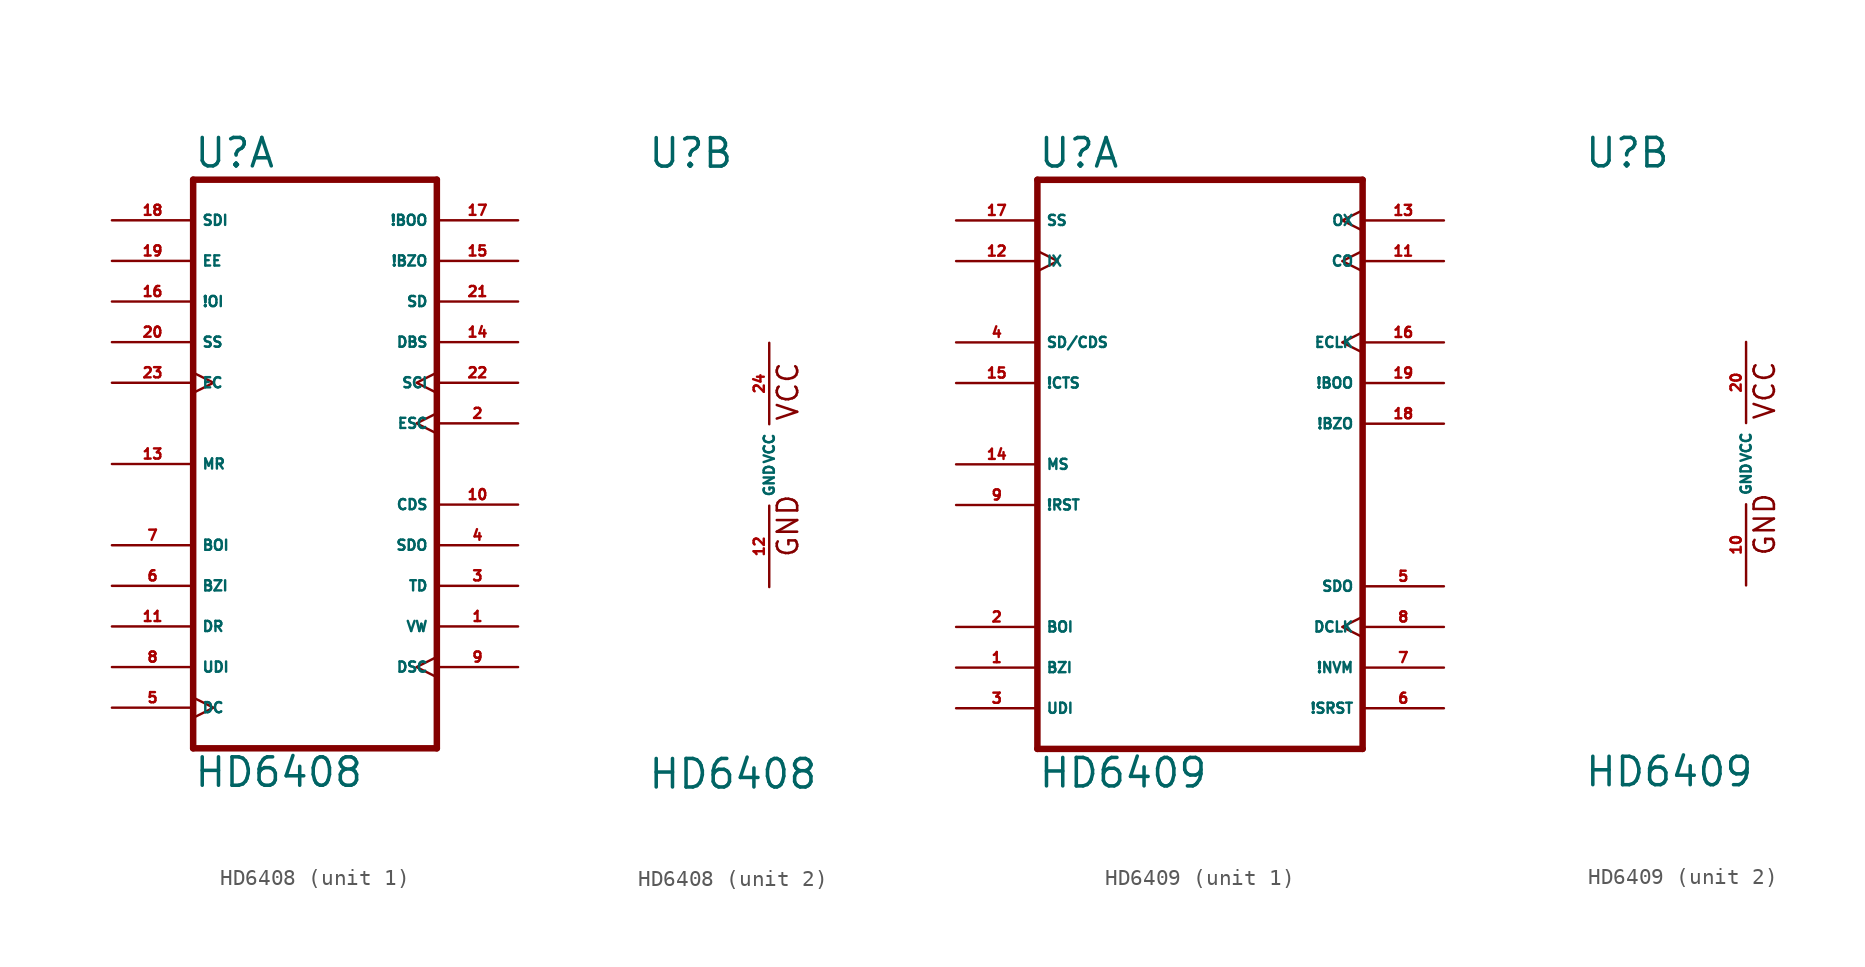
<source format=kicad_sym>
(kicad_symbol_lib
  (version 20220914)
  (generator Eagle2Kicad)
  (symbol "HD6408"
    (property "Reference" "U"
      (at -7.62 18.415 0)
      (effects (font (size 1.778 1.778) (thickness 0.22)) (justify left bottom)))
    (property "Value" "HD6408"
      (at -7.62 -20.32 0)
      (effects (font (size 1.778 1.778) (thickness 0.22)) (justify left bottom)))
    (symbol "HD6408_1_0"
      (polyline (pts (xy -7.62 -17.78) (xy 7.62 -17.78)) (stroke (width 0.406) (type default)) (fill (type none)))
      (polyline (pts (xy 7.62 -17.78) (xy 7.62 17.78)) (stroke (width 0.406) (type default)) (fill (type none)))
      (polyline (pts (xy 7.62 17.78) (xy -7.62 17.78)) (stroke (width 0.406) (type default)) (fill (type none)))
      (polyline (pts (xy -7.62 17.78) (xy -7.62 -17.78)) (stroke (width 0.406) (type default)) (fill (type none)))
      (pin output line (at 12.7 -10.16 180) (length 5.08) (name "VW" (effects (font (size 0.635 0.635) (thickness 0.08)) (justify left bottom))) (number "1" (effects (font (size 0.635 0.635) (thickness 0.08)) (justify left bottom))))
      (pin output clock (at 12.7 2.54 180) (length 5.08) (name "ESC" (effects (font (size 0.635 0.635) (thickness 0.08)) (justify left bottom))) (number "2" (effects (font (size 0.635 0.635) (thickness 0.08)) (justify left bottom))))
      (pin output line (at 12.7 -7.62 180) (length 5.08) (name "TD" (effects (font (size 0.635 0.635) (thickness 0.08)) (justify left bottom))) (number "3" (effects (font (size 0.635 0.635) (thickness 0.08)) (justify left bottom))))
      (pin output line (at 12.7 -5.08 180) (length 5.08) (name "SDO" (effects (font (size 0.635 0.635) (thickness 0.08)) (justify left bottom))) (number "4" (effects (font (size 0.635 0.635) (thickness 0.08)) (justify left bottom))))
      (pin input clock (at -12.7 -15.24 0) (length 5.08) (name "DC" (effects (font (size 0.635 0.635) (thickness 0.08)) (justify left bottom))) (number "5" (effects (font (size 0.635 0.635) (thickness 0.08)) (justify left bottom))))
      (pin input line (at -12.7 -7.62 0) (length 5.08) (name "BZI" (effects (font (size 0.635 0.635) (thickness 0.08)) (justify left bottom))) (number "6" (effects (font (size 0.635 0.635) (thickness 0.08)) (justify left bottom))))
      (pin input line (at -12.7 -5.08 0) (length 5.08) (name "BOI" (effects (font (size 0.635 0.635) (thickness 0.08)) (justify left bottom))) (number "7" (effects (font (size 0.635 0.635) (thickness 0.08)) (justify left bottom))))
      (pin input line (at -12.7 -12.7 0) (length 5.08) (name "UDI" (effects (font (size 0.635 0.635) (thickness 0.08)) (justify left bottom))) (number "8" (effects (font (size 0.635 0.635) (thickness 0.08)) (justify left bottom))))
      (pin output clock (at 12.7 -12.7 180) (length 5.08) (name "DSC" (effects (font (size 0.635 0.635) (thickness 0.08)) (justify left bottom))) (number "9" (effects (font (size 0.635 0.635) (thickness 0.08)) (justify left bottom))))
      (pin output line (at 12.7 -2.54 180) (length 5.08) (name "CDS" (effects (font (size 0.635 0.635) (thickness 0.08)) (justify left bottom))) (number "10" (effects (font (size 0.635 0.635) (thickness 0.08)) (justify left bottom))))
      (pin input line (at -12.7 -10.16 0) (length 5.08) (name "DR" (effects (font (size 0.635 0.635) (thickness 0.08)) (justify left bottom))) (number "11" (effects (font (size 0.635 0.635) (thickness 0.08)) (justify left bottom))))
      (pin input line (at -12.7 0 0) (length 5.08) (name "MR" (effects (font (size 0.635 0.635) (thickness 0.08)) (justify left bottom))) (number "13" (effects (font (size 0.635 0.635) (thickness 0.08)) (justify left bottom))))
      (pin output line (at 12.7 7.62 180) (length 5.08) (name "DBS" (effects (font (size 0.635 0.635) (thickness 0.08)) (justify left bottom))) (number "14" (effects (font (size 0.635 0.635) (thickness 0.08)) (justify left bottom))))
      (pin tri_state line (at 12.7 12.7 180) (length 5.08) (name "!BZO" (effects (font (size 0.635 0.635) (thickness 0.08)) (justify left bottom))) (number "15" (effects (font (size 0.635 0.635) (thickness 0.08)) (justify left bottom))))
      (pin input line (at -12.7 10.16 0) (length 5.08) (name "!OI" (effects (font (size 0.635 0.635) (thickness 0.08)) (justify left bottom))) (number "16" (effects (font (size 0.635 0.635) (thickness 0.08)) (justify left bottom))))
      (pin tri_state line (at 12.7 15.24 180) (length 5.08) (name "!BOO" (effects (font (size 0.635 0.635) (thickness 0.08)) (justify left bottom))) (number "17" (effects (font (size 0.635 0.635) (thickness 0.08)) (justify left bottom))))
      (pin input line (at -12.7 15.24 0) (length 5.08) (name "SDI" (effects (font (size 0.635 0.635) (thickness 0.08)) (justify left bottom))) (number "18" (effects (font (size 0.635 0.635) (thickness 0.08)) (justify left bottom))))
      (pin input line (at -12.7 12.7 0) (length 5.08) (name "EE" (effects (font (size 0.635 0.635) (thickness 0.08)) (justify left bottom))) (number "19" (effects (font (size 0.635 0.635) (thickness 0.08)) (justify left bottom))))
      (pin input line (at -12.7 7.62 0) (length 5.08) (name "SS" (effects (font (size 0.635 0.635) (thickness 0.08)) (justify left bottom))) (number "20" (effects (font (size 0.635 0.635) (thickness 0.08)) (justify left bottom))))
      (pin output line (at 12.7 10.16 180) (length 5.08) (name "SD" (effects (font (size 0.635 0.635) (thickness 0.08)) (justify left bottom))) (number "21" (effects (font (size 0.635 0.635) (thickness 0.08)) (justify left bottom))))
      (pin output clock (at 12.7 5.08 180) (length 5.08) (name "SCI" (effects (font (size 0.635 0.635) (thickness 0.08)) (justify left bottom))) (number "22" (effects (font (size 0.635 0.635) (thickness 0.08)) (justify left bottom))))
      (pin input clock (at -12.7 5.08 0) (length 5.08) (name "EC" (effects (font (size 0.635 0.635) (thickness 0.08)) (justify left bottom))) (number "23" (effects (font (size 0.635 0.635) (thickness 0.08)) (justify left bottom)))))
    (symbol "HD6408_2_0"
      (text "GND" (at 1.905 -5.842 900) (effects (font (size 1.27 1.27) (thickness 0.16)) (justify left bottom)))
      (text "VCC" (at 1.905 2.667 900) (effects (font (size 1.27 1.27) (thickness 0.16)) (justify left bottom)))
      (pin unspecified line (at 0 -7.62 90) (length 5.08) (name "GND" (effects (font (size 0.635 0.635) (thickness 0.08)) (justify left bottom))) (number "12" (effects (font (size 0.635 0.635) (thickness 0.08)) (justify left bottom))))
      (pin unspecified line (at 0 7.62 270) (length 5.08) (name "VCC" (effects (font (size 0.635 0.635) (thickness 0.08)) (justify left bottom))) (number "24" (effects (font (size 0.635 0.635) (thickness 0.08)) (justify left bottom))))))
  (symbol "HD6409"
    (property "Reference" "U"
      (at -10.16 18.415 0)
      (effects (font (size 1.778 1.778) (thickness 0.22)) (justify left bottom)))
    (property "Value" "HD6409"
      (at -10.16 -20.32 0)
      (effects (font (size 1.778 1.778) (thickness 0.22)) (justify left bottom)))
    (symbol "HD6409_1_0"
      (polyline (pts (xy -10.16 -17.78) (xy 10.16 -17.78)) (stroke (width 0.406) (type default)) (fill (type none)))
      (polyline (pts (xy 10.16 -17.78) (xy 10.16 17.78)) (stroke (width 0.406) (type default)) (fill (type none)))
      (polyline (pts (xy 10.16 17.78) (xy -10.16 17.78)) (stroke (width 0.406) (type default)) (fill (type none)))
      (polyline (pts (xy -10.16 17.78) (xy -10.16 -17.78)) (stroke (width 0.406) (type default)) (fill (type none)))
      (pin input line (at -15.24 -12.7 0) (length 5.08) (name "BZI" (effects (font (size 0.635 0.635) (thickness 0.08)) (justify left bottom))) (number "1" (effects (font (size 0.635 0.635) (thickness 0.08)) (justify left bottom))))
      (pin input line (at -15.24 -10.16 0) (length 5.08) (name "BOI" (effects (font (size 0.635 0.635) (thickness 0.08)) (justify left bottom))) (number "2" (effects (font (size 0.635 0.635) (thickness 0.08)) (justify left bottom))))
      (pin input line (at -15.24 -15.24 0) (length 5.08) (name "UDI" (effects (font (size 0.635 0.635) (thickness 0.08)) (justify left bottom))) (number "3" (effects (font (size 0.635 0.635) (thickness 0.08)) (justify left bottom))))
      (pin bidirectional line (at -15.24 7.62 0) (length 5.08) (name "SD/CDS" (effects (font (size 0.635 0.635) (thickness 0.08)) (justify left bottom))) (number "4" (effects (font (size 0.635 0.635) (thickness 0.08)) (justify left bottom))))
      (pin output line (at 15.24 -7.62 180) (length 5.08) (name "SDO" (effects (font (size 0.635 0.635) (thickness 0.08)) (justify left bottom))) (number "5" (effects (font (size 0.635 0.635) (thickness 0.08)) (justify left bottom))))
      (pin output line (at 15.24 -15.24 180) (length 5.08) (name "!SRST" (effects (font (size 0.635 0.635) (thickness 0.08)) (justify left bottom))) (number "6" (effects (font (size 0.635 0.635) (thickness 0.08)) (justify left bottom))))
      (pin output line (at 15.24 -12.7 180) (length 5.08) (name "!NVM" (effects (font (size 0.635 0.635) (thickness 0.08)) (justify left bottom))) (number "7" (effects (font (size 0.635 0.635) (thickness 0.08)) (justify left bottom))))
      (pin output clock (at 15.24 -10.16 180) (length 5.08) (name "DCLK" (effects (font (size 0.635 0.635) (thickness 0.08)) (justify left bottom))) (number "8" (effects (font (size 0.635 0.635) (thickness 0.08)) (justify left bottom))))
      (pin input line (at -15.24 -2.54 0) (length 5.08) (name "!RST" (effects (font (size 0.635 0.635) (thickness 0.08)) (justify left bottom))) (number "9" (effects (font (size 0.635 0.635) (thickness 0.08)) (justify left bottom))))
      (pin output clock (at 15.24 12.7 180) (length 5.08) (name "CO" (effects (font (size 0.635 0.635) (thickness 0.08)) (justify left bottom))) (number "11" (effects (font (size 0.635 0.635) (thickness 0.08)) (justify left bottom))))
      (pin input clock (at -15.24 12.7 0) (length 5.08) (name "IX" (effects (font (size 0.635 0.635) (thickness 0.08)) (justify left bottom))) (number "12" (effects (font (size 0.635 0.635) (thickness 0.08)) (justify left bottom))))
      (pin output clock (at 15.24 15.24 180) (length 5.08) (name "OX" (effects (font (size 0.635 0.635) (thickness 0.08)) (justify left bottom))) (number "13" (effects (font (size 0.635 0.635) (thickness 0.08)) (justify left bottom))))
      (pin input line (at -15.24 0 0) (length 5.08) (name "MS" (effects (font (size 0.635 0.635) (thickness 0.08)) (justify left bottom))) (number "14" (effects (font (size 0.635 0.635) (thickness 0.08)) (justify left bottom))))
      (pin input line (at -15.24 5.08 0) (length 5.08) (name "!CTS" (effects (font (size 0.635 0.635) (thickness 0.08)) (justify left bottom))) (number "15" (effects (font (size 0.635 0.635) (thickness 0.08)) (justify left bottom))))
      (pin output clock (at 15.24 7.62 180) (length 5.08) (name "ECLK" (effects (font (size 0.635 0.635) (thickness 0.08)) (justify left bottom))) (number "16" (effects (font (size 0.635 0.635) (thickness 0.08)) (justify left bottom))))
      (pin input line (at -15.24 15.24 0) (length 5.08) (name "SS" (effects (font (size 0.635 0.635) (thickness 0.08)) (justify left bottom))) (number "17" (effects (font (size 0.635 0.635) (thickness 0.08)) (justify left bottom))))
      (pin output line (at 15.24 2.54 180) (length 5.08) (name "!BZO" (effects (font (size 0.635 0.635) (thickness 0.08)) (justify left bottom))) (number "18" (effects (font (size 0.635 0.635) (thickness 0.08)) (justify left bottom))))
      (pin output line (at 15.24 5.08 180) (length 5.08) (name "!BOO" (effects (font (size 0.635 0.635) (thickness 0.08)) (justify left bottom))) (number "19" (effects (font (size 0.635 0.635) (thickness 0.08)) (justify left bottom)))))
    (symbol "HD6409_2_0"
      (text "GND" (at 1.905 -5.842 900) (effects (font (size 1.27 1.27) (thickness 0.16)) (justify left bottom)))
      (text "VCC" (at 1.905 2.667 900) (effects (font (size 1.27 1.27) (thickness 0.16)) (justify left bottom)))
      (pin unspecified line (at 0 -7.62 90) (length 5.08) (name "GND" (effects (font (size 0.635 0.635) (thickness 0.08)) (justify left bottom))) (number "10" (effects (font (size 0.635 0.635) (thickness 0.08)) (justify left bottom))))
      (pin unspecified line (at 0 7.62 270) (length 5.08) (name "VCC" (effects (font (size 0.635 0.635) (thickness 0.08)) (justify left bottom))) (number "20" (effects (font (size 0.635 0.635) (thickness 0.08)) (justify left bottom)))))))
</source>
